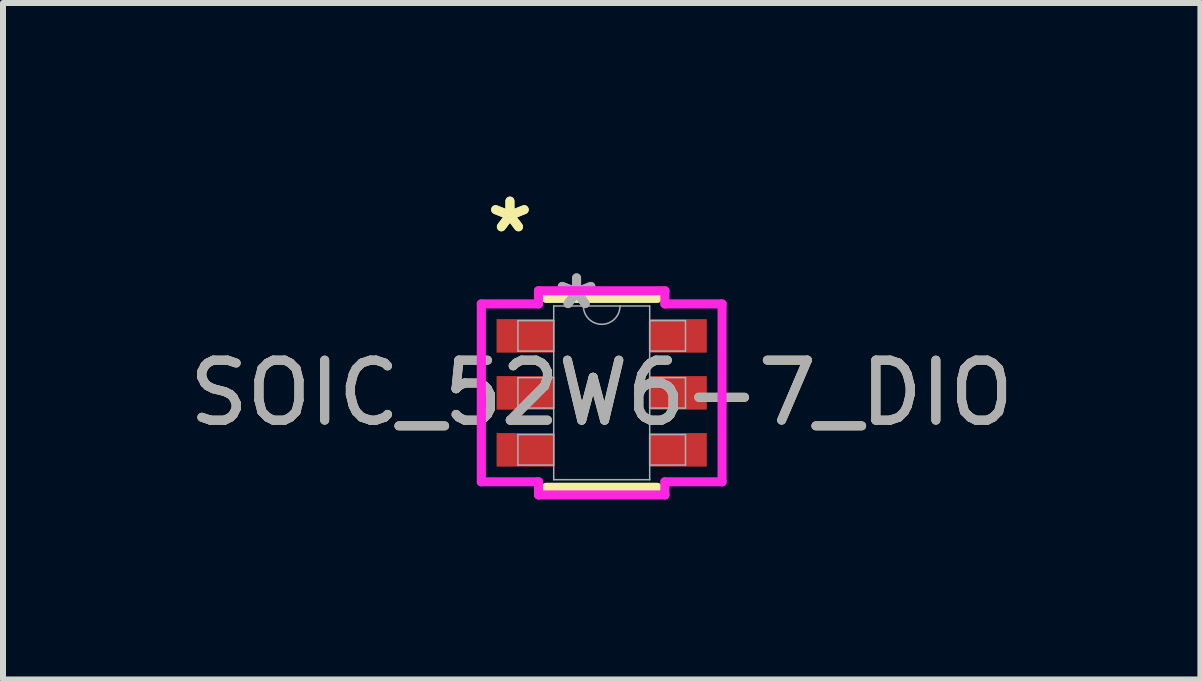
<source format=kicad_pcb>
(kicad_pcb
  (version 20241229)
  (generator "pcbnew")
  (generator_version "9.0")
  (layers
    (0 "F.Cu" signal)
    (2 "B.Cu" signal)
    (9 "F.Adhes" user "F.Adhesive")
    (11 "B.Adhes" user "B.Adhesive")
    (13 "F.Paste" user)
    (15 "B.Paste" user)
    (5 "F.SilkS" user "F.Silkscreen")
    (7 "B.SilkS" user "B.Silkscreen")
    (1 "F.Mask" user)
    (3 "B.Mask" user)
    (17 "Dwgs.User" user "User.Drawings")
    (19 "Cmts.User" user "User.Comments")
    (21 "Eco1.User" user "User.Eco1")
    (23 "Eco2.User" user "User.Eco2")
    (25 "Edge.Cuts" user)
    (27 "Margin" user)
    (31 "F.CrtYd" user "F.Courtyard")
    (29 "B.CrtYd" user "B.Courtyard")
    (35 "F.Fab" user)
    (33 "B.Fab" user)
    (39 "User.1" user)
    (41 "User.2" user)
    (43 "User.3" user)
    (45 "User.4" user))
  (footprint "SOIC_52W6-7_DIO"
    (layer "F.Cu")
    (at 6.982 3.5)
    (property "Reference" "SOIC_52W6-7_DIO" (at 0 0 0) (unlocked yes) (layer "F.SilkS") (effects (font (size 1 1) (thickness 0.15))))
    (attr smd)
    (fp_line (start -0.927 1.575) (end 0.927 1.575) (stroke (width 0.152) (type solid)) (layer "F.SilkS"))
    (fp_line (start 0.927 -1.575) (end -0.927 -1.575) (stroke (width 0.152) (type solid)) (layer "F.SilkS"))
    (fp_line (start -2.007 -1.483) (end -1.054 -1.483) (stroke (width 0.152) (type solid)) (layer "F.CrtYd"))
    (fp_line (start -2.007 1.483) (end -2.007 -1.483) (stroke (width 0.152) (type solid)) (layer "F.CrtYd"))
    (fp_line (start -2.007 1.483) (end -1.054 1.483) (stroke (width 0.152) (type solid)) (layer "F.CrtYd"))
    (fp_line (start -1.054 -1.702) (end 1.054 -1.702) (stroke (width 0.152) (type solid)) (layer "F.CrtYd"))
    (fp_line (start -1.054 -1.483) (end -1.054 -1.702) (stroke (width 0.152) (type solid)) (layer "F.CrtYd"))
    (fp_line (start -1.054 1.702) (end -1.054 1.483) (stroke (width 0.152) (type solid)) (layer "F.CrtYd"))
    (fp_line (start 1.054 -1.702) (end 1.054 -1.483) (stroke (width 0.152) (type solid)) (layer "F.CrtYd"))
    (fp_line (start 1.054 1.483) (end 1.054 1.702) (stroke (width 0.152) (type solid)) (layer "F.CrtYd"))
    (fp_line (start 1.054 1.702) (end -1.054 1.702) (stroke (width 0.152) (type solid)) (layer "F.CrtYd"))
    (fp_line (start 2.007 -1.483) (end 1.054 -1.483) (stroke (width 0.152) (type solid)) (layer "F.CrtYd"))
    (fp_line (start 2.007 -1.483) (end 2.007 1.483) (stroke (width 0.152) (type solid)) (layer "F.CrtYd"))
    (fp_line (start 2.007 1.483) (end 1.054 1.483) (stroke (width 0.152) (type solid)) (layer "F.CrtYd"))
    (fp_line (start -1.397 -1.204) (end -1.397 -0.696) (stroke (width 0.025) (type solid)) (layer "F.Fab"))
    (fp_line (start -1.397 -0.696) (end -0.8 -0.696) (stroke (width 0.025) (type solid)) (layer "F.Fab"))
    (fp_line (start -1.397 -0.254) (end -1.397 0.254) (stroke (width 0.025) (type solid)) (layer "F.Fab"))
    (fp_line (start -1.397 0.254) (end -0.8 0.254) (stroke (width 0.025) (type solid)) (layer "F.Fab"))
    (fp_line (start -1.397 0.696) (end -1.397 1.204) (stroke (width 0.025) (type solid)) (layer "F.Fab"))
    (fp_line (start -1.397 1.204) (end -0.8 1.204) (stroke (width 0.025) (type solid)) (layer "F.Fab"))
    (fp_line (start -0.8 -1.448) (end -0.8 1.448) (stroke (width 0.025) (type solid)) (layer "F.Fab"))
    (fp_line (start -0.8 -1.204) (end -1.397 -1.204) (stroke (width 0.025) (type solid)) (layer "F.Fab"))
    (fp_line (start -0.8 -0.696) (end -0.8 -1.204) (stroke (width 0.025) (type solid)) (layer "F.Fab"))
    (fp_line (start -0.8 -0.254) (end -1.397 -0.254) (stroke (width 0.025) (type solid)) (layer "F.Fab"))
    (fp_line (start -0.8 0.254) (end -0.8 -0.254) (stroke (width 0.025) (type solid)) (layer "F.Fab"))
    (fp_line (start -0.8 0.696) (end -1.397 0.696) (stroke (width 0.025) (type solid)) (layer "F.Fab"))
    (fp_line (start -0.8 1.204) (end -0.8 0.696) (stroke (width 0.025) (type solid)) (layer "F.Fab"))
    (fp_line (start -0.8 1.448) (end 0.8 1.448) (stroke (width 0.025) (type solid)) (layer "F.Fab"))
    (fp_line (start 0.8 -1.448) (end -0.8 -1.448) (stroke (width 0.025) (type solid)) (layer "F.Fab"))
    (fp_line (start 0.8 -1.204) (end 0.8 -0.696) (stroke (width 0.025) (type solid)) (layer "F.Fab"))
    (fp_line (start 0.8 -0.696) (end 1.397 -0.696) (stroke (width 0.025) (type solid)) (layer "F.Fab"))
    (fp_line (start 0.8 -0.254) (end 0.8 0.254) (stroke (width 0.025) (type solid)) (layer "F.Fab"))
    (fp_line (start 0.8 0.254) (end 1.397 0.254) (stroke (width 0.025) (type solid)) (layer "F.Fab"))
    (fp_line (start 0.8 0.696) (end 0.8 1.204) (stroke (width 0.025) (type solid)) (layer "F.Fab"))
    (fp_line (start 0.8 1.204) (end 1.397 1.204) (stroke (width 0.025) (type solid)) (layer "F.Fab"))
    (fp_line (start 0.8 1.448) (end 0.8 -1.448) (stroke (width 0.025) (type solid)) (layer "F.Fab"))
    (fp_line (start 1.397 -1.204) (end 0.8 -1.204) (stroke (width 0.025) (type solid)) (layer "F.Fab"))
    (fp_line (start 1.397 -0.696) (end 1.397 -1.204) (stroke (width 0.025) (type solid)) (layer "F.Fab"))
    (fp_line (start 1.397 -0.254) (end 0.8 -0.254) (stroke (width 0.025) (type solid)) (layer "F.Fab"))
    (fp_line (start 1.397 0.254) (end 1.397 -0.254) (stroke (width 0.025) (type solid)) (layer "F.Fab"))
    (fp_line (start 1.397 0.696) (end 0.8 0.696) (stroke (width 0.025) (type solid)) (layer "F.Fab"))
    (fp_line (start 1.397 1.204) (end 1.397 0.696) (stroke (width 0.025) (type solid)) (layer "F.Fab"))
    (fp_arc (start 0.3048 -1.4478) (mid 0 -1.143) (end -0.3048 -1.4478) (stroke (width 0.0254) (type solid)) (layer "F.Fab"))
    (fp_text user "*" (at -1.53 -2.652 0) (unlocked yes) (layer "F.SilkS") (effects (font (size 1 1) (thickness 0.15))))
    (fp_text user "*" (at -1.53 -2.652 0) (layer "F.SilkS") (effects (font (size 1 1) (thickness 0.15))))
    (fp_text user "${REFERENCE}" (at 0 0 0) (unlocked yes) (layer "F.Fab") (effects (font (size 1 1) (thickness 0.15))))
    (fp_text user "*" (at -0.419 -1.372 0) (unlocked yes) (layer "F.Fab") (effects (font (size 1 1) (thickness 0.15))))
    (fp_text user "*" (at -0.419 -1.372 0) (layer "F.Fab") (effects (font (size 1 1) (thickness 0.15))))
    (pad "1" smd rect (at -1.276 -0.95) (size 0.953 0.559) (layers "F.Cu" "F.Mask" "F.Paste"))
    (pad "2" smd rect (at -1.276 0) (size 0.953 0.559) (layers "F.Cu" "F.Mask" "F.Paste"))
    (pad "3" smd rect (at -1.276 0.95) (size 0.953 0.559) (layers "F.Cu" "F.Mask" "F.Paste"))
    (pad "4" smd rect (at 1.276 0.95) (size 0.953 0.559) (layers "F.Cu" "F.Mask" "F.Paste"))
    (pad "5" smd rect (at 1.276 0) (size 0.953 0.559) (layers "F.Cu" "F.Mask" "F.Paste"))
    (pad "6" smd rect (at 1.276 -0.95) (size 0.953 0.559) (layers "F.Cu" "F.Mask" "F.Paste")))
  (gr_rect
    (start -3 -3)
    (end 16.964 8.278)
    (stroke (width 0.1) (type default))
    (fill no)
    (layer "Edge.Cuts")))
</source>
